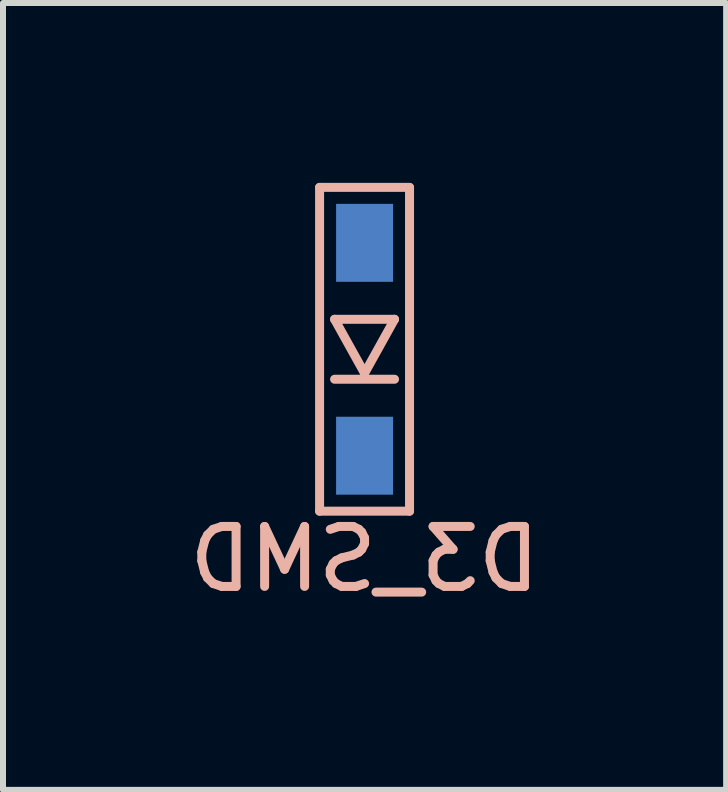
<source format=kicad_pcb>
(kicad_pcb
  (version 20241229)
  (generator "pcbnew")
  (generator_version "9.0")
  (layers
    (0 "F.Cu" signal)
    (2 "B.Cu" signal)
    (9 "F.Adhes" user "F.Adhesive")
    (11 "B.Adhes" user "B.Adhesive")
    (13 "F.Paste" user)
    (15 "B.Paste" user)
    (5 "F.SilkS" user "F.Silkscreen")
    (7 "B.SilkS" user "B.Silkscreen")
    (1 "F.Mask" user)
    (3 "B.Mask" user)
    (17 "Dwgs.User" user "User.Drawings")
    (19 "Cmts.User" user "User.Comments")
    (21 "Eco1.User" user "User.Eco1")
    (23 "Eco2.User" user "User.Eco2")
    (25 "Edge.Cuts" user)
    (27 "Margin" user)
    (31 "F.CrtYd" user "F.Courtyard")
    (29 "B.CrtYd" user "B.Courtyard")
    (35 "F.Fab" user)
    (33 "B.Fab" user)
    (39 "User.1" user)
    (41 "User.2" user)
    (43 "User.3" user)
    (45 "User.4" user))
  (footprint "D3_SMD"
    (layer "F.Cu")
    (at 3.03 2.775)
    (property "Reference" "D3_SMD" (at 0 3.5 180) (layer "B.SilkS") (effects (font (size 1 1) (thickness 0.15)) (justify mirror)))
    (attr through_hole)
    (fp_line (start -0.75 -2.7) (end -0.75 2.7) (stroke (width 0.15) (type solid)) (layer "B.SilkS"))
    (fp_line (start -0.75 2.7) (end 0.75 2.7) (stroke (width 0.15) (type solid)) (layer "B.SilkS"))
    (fp_line (start -0.5 -0.5) (end 0.5 -0.5) (stroke (width 0.15) (type solid)) (layer "B.SilkS"))
    (fp_line (start -0.5 0.5) (end 0.5 0.5) (stroke (width 0.15) (type solid)) (layer "B.SilkS"))
    (fp_line (start 0 0.4) (end -0.5 -0.5) (stroke (width 0.15) (type solid)) (layer "B.SilkS"))
    (fp_line (start 0.5 -0.5) (end 0 0.4) (stroke (width 0.15) (type solid)) (layer "B.SilkS"))
    (fp_line (start 0.75 -2.7) (end -0.75 -2.7) (stroke (width 0.15) (type solid)) (layer "B.SilkS"))
    (fp_line (start 0.75 2.7) (end 0.75 -2.7) (stroke (width 0.15) (type solid)) (layer "B.SilkS"))
    (pad "1" smd rect (at 0 1.775 90) (size 1.3 0.95) (layers "B.Cu" "B.Mask" "B.Paste"))
    (pad "2" smd rect (at 0 -1.775 90) (size 1.3 0.95) (layers "B.Cu" "B.Mask" "B.Paste")))
  (gr_rect
    (start -3 -3)
    (end 9.06 10.123)
    (stroke (width 0.1) (type default))
    (fill no)
    (layer "Edge.Cuts")))
</source>
